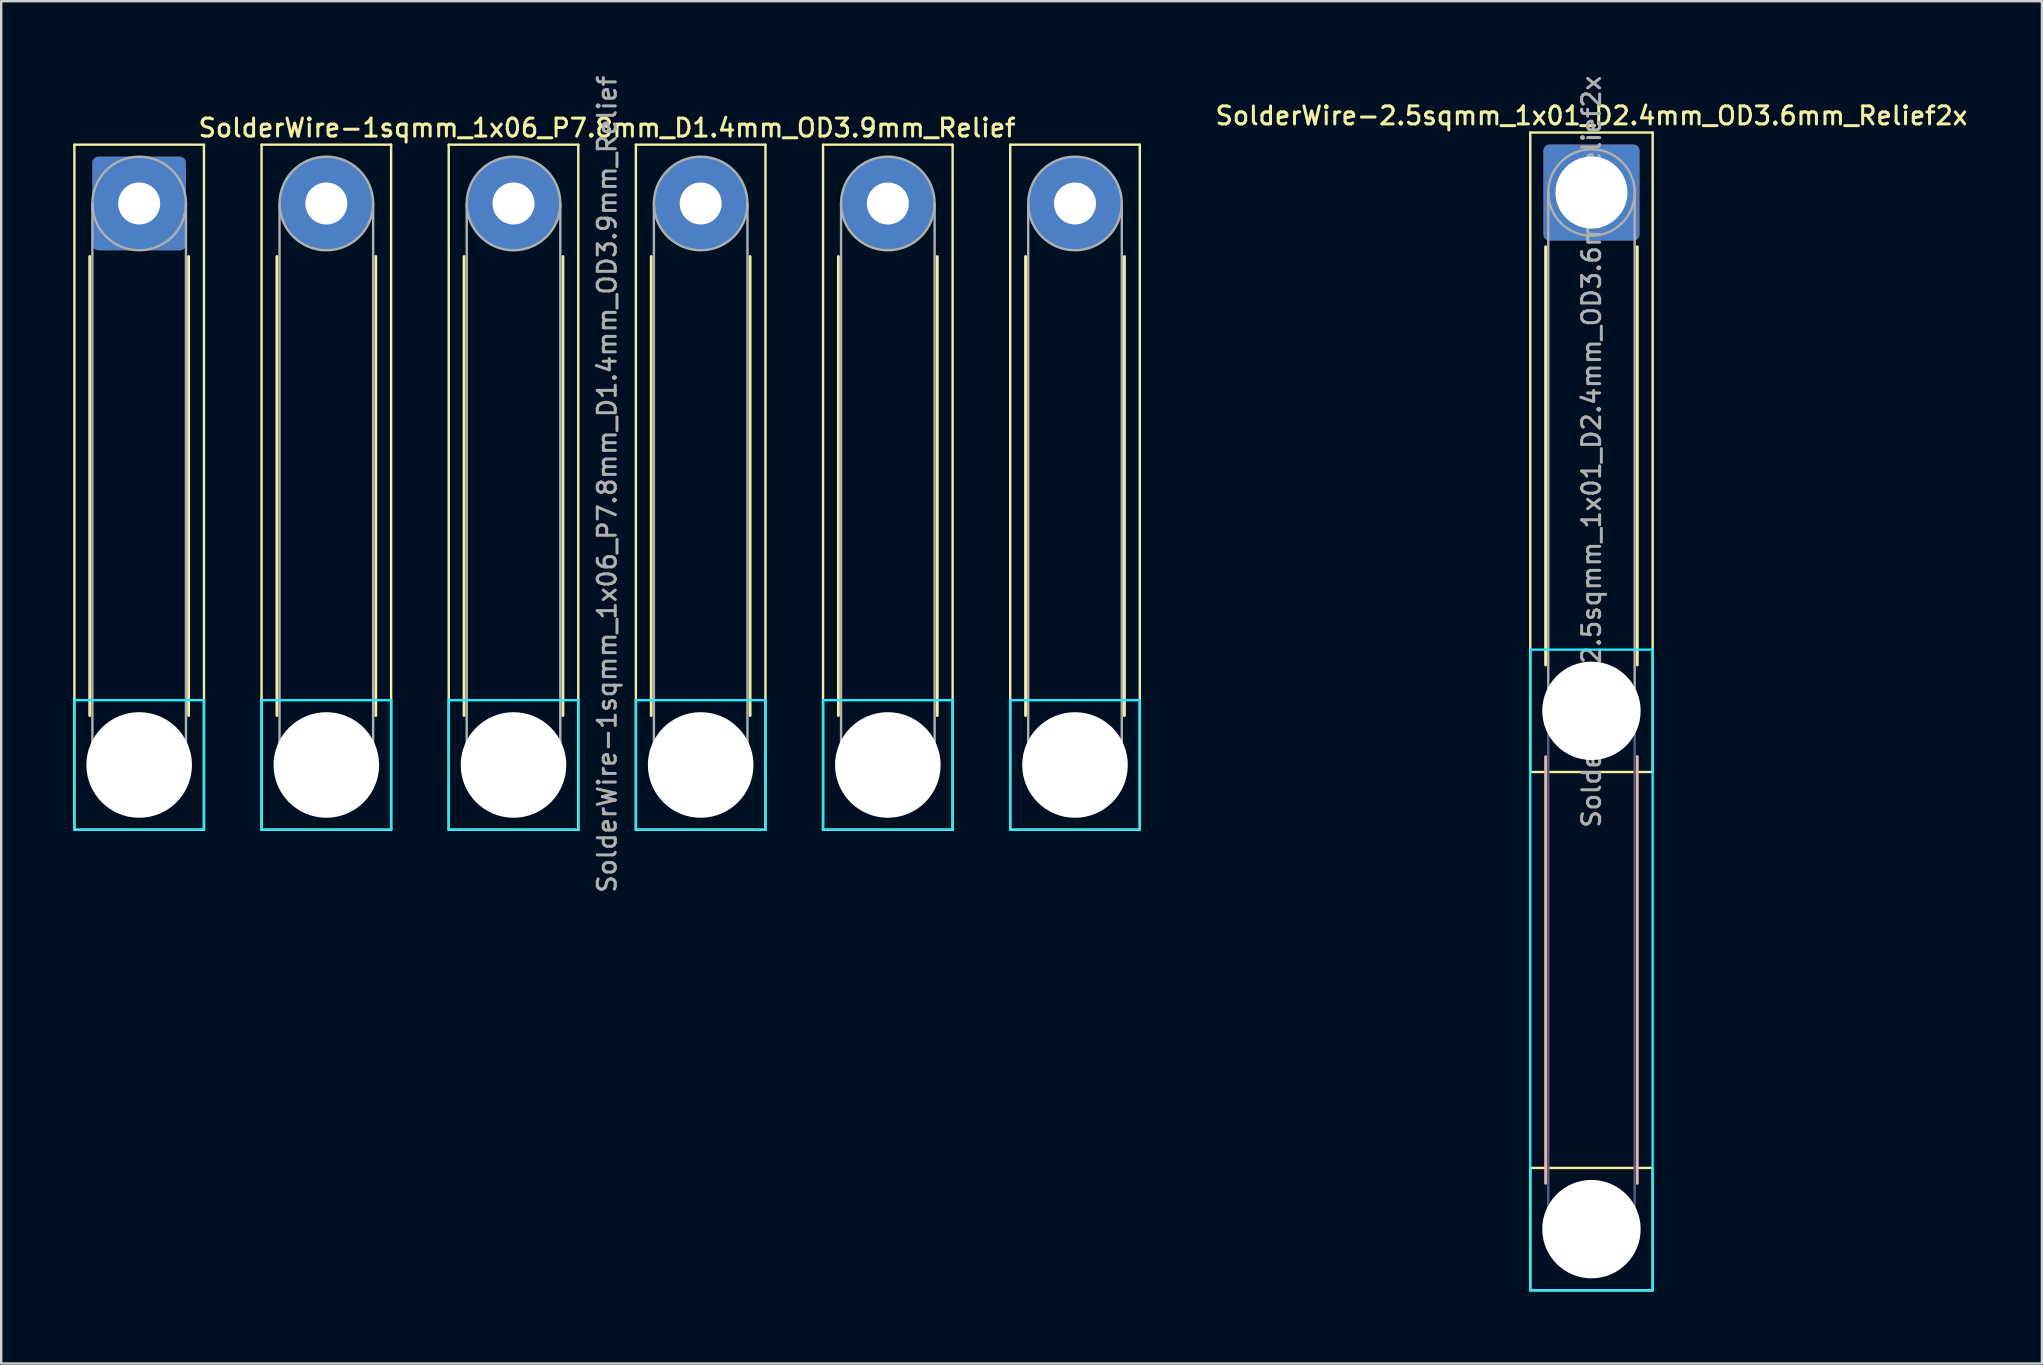
<source format=kicad_pcb>
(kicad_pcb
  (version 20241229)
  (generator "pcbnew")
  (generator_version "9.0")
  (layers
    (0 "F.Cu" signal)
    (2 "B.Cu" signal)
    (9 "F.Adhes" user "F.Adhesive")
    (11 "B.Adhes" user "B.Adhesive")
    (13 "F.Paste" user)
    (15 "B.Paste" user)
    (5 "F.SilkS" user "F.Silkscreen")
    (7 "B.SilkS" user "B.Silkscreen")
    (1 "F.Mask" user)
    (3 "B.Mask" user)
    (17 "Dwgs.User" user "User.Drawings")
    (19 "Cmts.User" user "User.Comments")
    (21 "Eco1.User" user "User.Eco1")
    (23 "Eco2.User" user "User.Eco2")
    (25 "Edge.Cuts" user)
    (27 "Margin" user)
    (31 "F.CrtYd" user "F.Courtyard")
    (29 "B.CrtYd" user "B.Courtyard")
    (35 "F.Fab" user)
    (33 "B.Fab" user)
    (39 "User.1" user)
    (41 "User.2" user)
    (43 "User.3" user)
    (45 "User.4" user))
  (footprint "SolderWire-2.5sqmm_1x01_D2.4mm_OD3.6mm_Relief2x"
    (layer "F.Cu")
    (at 63.273 4.973)
    (property "Reference" "SolderWire-2.5sqmm_1x01_D2.4mm_OD3.6mm_Relief2x" (at 0 -3.2 0) (layer "F.SilkS") (effects (font (size 0.75 0.75) (thickness 0.125))))
    (attr exclude_from_pos_files exclude_from_bom)
    (fp_line (start -2.55 -2.5) (end -2.55 24.15) (stroke (width 0.1) (type solid)) (layer "F.SilkS"))
    (fp_line (start -2.55 24.15) (end 2.55 24.15) (stroke (width 0.1) (type solid)) (layer "F.SilkS"))
    (fp_line (start -2.55 40.65) (end -2.55 45.75) (stroke (width 0.1) (type solid)) (layer "F.SilkS"))
    (fp_line (start -2.55 45.75) (end 2.55 45.75) (stroke (width 0.1) (type solid)) (layer "F.SilkS"))
    (fp_line (start -1.91 2.26) (end -1.91 19.69) (stroke (width 0.12) (type solid)) (layer "F.SilkS"))
    (fp_line (start 1.91 2.26) (end 1.91 19.69) (stroke (width 0.12) (type solid)) (layer "F.SilkS"))
    (fp_line (start 2.55 -2.5) (end -2.55 -2.5) (stroke (width 0.1) (type solid)) (layer "F.SilkS"))
    (fp_line (start 2.55 24.15) (end 2.55 -2.5) (stroke (width 0.1) (type solid)) (layer "F.SilkS"))
    (fp_line (start 2.55 40.65) (end -2.55 40.65) (stroke (width 0.1) (type solid)) (layer "F.SilkS"))
    (fp_line (start 2.55 45.75) (end 2.55 40.65) (stroke (width 0.1) (type solid)) (layer "F.SilkS"))
    (fp_line (start -1.91 23.51) (end -1.91 41.29) (stroke (width 0.12) (type solid)) (layer "B.SilkS"))
    (fp_line (start 1.91 23.51) (end 1.91 41.29) (stroke (width 0.12) (type solid)) (layer "B.SilkS"))
    (fp_line (start -2.55 19.05) (end -2.55 45.75) (stroke (width 0.1) (type solid)) (layer "B.CrtYd"))
    (fp_line (start -2.55 45.75) (end 2.55 45.75) (stroke (width 0.1) (type solid)) (layer "B.CrtYd"))
    (fp_line (start 2.55 19.05) (end -2.55 19.05) (stroke (width 0.1) (type solid)) (layer "B.CrtYd"))
    (fp_line (start 2.55 45.75) (end 2.55 19.05) (stroke (width 0.1) (type solid)) (layer "B.CrtYd"))
    (fp_line (start -1.8 21.6) (end -1.8 43.2) (stroke (width 0.1) (type solid)) (layer "B.Fab"))
    (fp_line (start 1.8 21.6) (end 1.8 43.2) (stroke (width 0.1) (type solid)) (layer "B.Fab"))
    (fp_circle (center 0 21.6) (end 1.8 21.6) (stroke (width 0.1) (type solid)) (fill no) (layer "B.Fab"))
    (fp_circle (center 0 43.2) (end 1.8 43.2) (stroke (width 0.1) (type solid)) (fill no) (layer "B.Fab"))
    (fp_line (start -1.8 0) (end -1.8 21.6) (stroke (width 0.1) (type solid)) (layer "F.Fab"))
    (fp_line (start 1.8 0) (end 1.8 21.6) (stroke (width 0.1) (type solid)) (layer "F.Fab"))
    (fp_circle (center 0 0) (end 1.8 0) (stroke (width 0.1) (type solid)) (fill no) (layer "F.Fab"))
    (fp_circle (center 0 21.6) (end 1.8 21.6) (stroke (width 0.1) (type solid)) (fill no) (layer "F.Fab"))
    (fp_circle (center 0 43.2) (end 1.8 43.2) (stroke (width 0.1) (type solid)) (fill no) (layer "F.Fab"))
    (fp_text user "${REFERENCE}" (at 0 10.8 90) (layer "F.Fab") (effects (font (size 0.75 0.75) (thickness 0.125))))
    (pad "" np_thru_hole circle (at 0 21.6) (size 4.1 4.1) (drill 4.1) (layers "*.Cu" "*.Mask"))
    (pad "" np_thru_hole circle (at 0 43.2) (size 4.1 4.1) (drill 4.1) (layers "*.Cu" "*.Mask"))
    (pad "1" thru_hole roundrect (at 0 0) (size 4 4) (drill 3) (layers "*.Cu" "*.Mask") (roundrect_rratio 0.062)))
  (footprint "SolderWire-1sqmm_1x06_P7.8mm_D1.4mm_OD3.9mm_Relief"
    (layer "F.Cu")
    (at 2.75 5.43)
    (property "Reference" "SolderWire-1sqmm_1x06_P7.8mm_D1.4mm_OD3.9mm_Relief" (at 19.5 -3.15 0) (layer "F.SilkS") (effects (font (size 0.75 0.75) (thickness 0.125))))
    (attr exclude_from_pos_files exclude_from_bom)
    (fp_line (start -2.7 -2.45) (end -2.7 26.1) (stroke (width 0.1) (type solid)) (layer "F.SilkS"))
    (fp_line (start -2.7 26.1) (end 2.7 26.1) (stroke (width 0.1) (type solid)) (layer "F.SilkS"))
    (fp_line (start -2.06 2.21) (end -2.06 21.34) (stroke (width 0.12) (type solid)) (layer "F.SilkS"))
    (fp_line (start 2.06 2.21) (end 2.06 21.34) (stroke (width 0.12) (type solid)) (layer "F.SilkS"))
    (fp_line (start 2.7 -2.45) (end -2.7 -2.45) (stroke (width 0.1) (type solid)) (layer "F.SilkS"))
    (fp_line (start 2.7 26.1) (end 2.7 -2.45) (stroke (width 0.1) (type solid)) (layer "F.SilkS"))
    (fp_line (start 5.1 -2.45) (end 5.1 26.1) (stroke (width 0.1) (type solid)) (layer "F.SilkS"))
    (fp_line (start 5.1 26.1) (end 10.5 26.1) (stroke (width 0.1) (type solid)) (layer "F.SilkS"))
    (fp_line (start 5.74 2.21) (end 5.74 21.34) (stroke (width 0.12) (type solid)) (layer "F.SilkS"))
    (fp_line (start 9.86 2.21) (end 9.86 21.34) (stroke (width 0.12) (type solid)) (layer "F.SilkS"))
    (fp_line (start 10.5 -2.45) (end 5.1 -2.45) (stroke (width 0.1) (type solid)) (layer "F.SilkS"))
    (fp_line (start 10.5 26.1) (end 10.5 -2.45) (stroke (width 0.1) (type solid)) (layer "F.SilkS"))
    (fp_line (start 12.9 -2.45) (end 12.9 26.1) (stroke (width 0.1) (type solid)) (layer "F.SilkS"))
    (fp_line (start 12.9 26.1) (end 18.3 26.1) (stroke (width 0.1) (type solid)) (layer "F.SilkS"))
    (fp_line (start 13.54 2.21) (end 13.54 21.34) (stroke (width 0.12) (type solid)) (layer "F.SilkS"))
    (fp_line (start 17.66 2.21) (end 17.66 21.34) (stroke (width 0.12) (type solid)) (layer "F.SilkS"))
    (fp_line (start 18.3 -2.45) (end 12.9 -2.45) (stroke (width 0.1) (type solid)) (layer "F.SilkS"))
    (fp_line (start 18.3 26.1) (end 18.3 -2.45) (stroke (width 0.1) (type solid)) (layer "F.SilkS"))
    (fp_line (start 20.7 -2.45) (end 20.7 26.1) (stroke (width 0.1) (type solid)) (layer "F.SilkS"))
    (fp_line (start 20.7 26.1) (end 26.1 26.1) (stroke (width 0.1) (type solid)) (layer "F.SilkS"))
    (fp_line (start 21.34 2.21) (end 21.34 21.34) (stroke (width 0.12) (type solid)) (layer "F.SilkS"))
    (fp_line (start 25.46 2.21) (end 25.46 21.34) (stroke (width 0.12) (type solid)) (layer "F.SilkS"))
    (fp_line (start 26.1 -2.45) (end 20.7 -2.45) (stroke (width 0.1) (type solid)) (layer "F.SilkS"))
    (fp_line (start 26.1 26.1) (end 26.1 -2.45) (stroke (width 0.1) (type solid)) (layer "F.SilkS"))
    (fp_line (start 28.5 -2.45) (end 28.5 26.1) (stroke (width 0.1) (type solid)) (layer "F.SilkS"))
    (fp_line (start 28.5 26.1) (end 33.9 26.1) (stroke (width 0.1) (type solid)) (layer "F.SilkS"))
    (fp_line (start 29.14 2.21) (end 29.14 21.34) (stroke (width 0.12) (type solid)) (layer "F.SilkS"))
    (fp_line (start 33.26 2.21) (end 33.26 21.34) (stroke (width 0.12) (type solid)) (layer "F.SilkS"))
    (fp_line (start 33.9 -2.45) (end 28.5 -2.45) (stroke (width 0.1) (type solid)) (layer "F.SilkS"))
    (fp_line (start 33.9 26.1) (end 33.9 -2.45) (stroke (width 0.1) (type solid)) (layer "F.SilkS"))
    (fp_line (start 36.3 -2.45) (end 36.3 26.1) (stroke (width 0.1) (type solid)) (layer "F.SilkS"))
    (fp_line (start 36.3 26.1) (end 41.7 26.1) (stroke (width 0.1) (type solid)) (layer "F.SilkS"))
    (fp_line (start 36.94 2.21) (end 36.94 21.34) (stroke (width 0.12) (type solid)) (layer "F.SilkS"))
    (fp_line (start 41.06 2.21) (end 41.06 21.34) (stroke (width 0.12) (type solid)) (layer "F.SilkS"))
    (fp_line (start 41.7 -2.45) (end 36.3 -2.45) (stroke (width 0.1) (type solid)) (layer "F.SilkS"))
    (fp_line (start 41.7 26.1) (end 41.7 -2.45) (stroke (width 0.1) (type solid)) (layer "F.SilkS"))
    (fp_line (start -2.7 20.7) (end -2.7 26.1) (stroke (width 0.1) (type solid)) (layer "B.CrtYd"))
    (fp_line (start -2.7 26.1) (end 2.7 26.1) (stroke (width 0.1) (type solid)) (layer "B.CrtYd"))
    (fp_line (start 2.7 20.7) (end -2.7 20.7) (stroke (width 0.1) (type solid)) (layer "B.CrtYd"))
    (fp_line (start 2.7 26.1) (end 2.7 20.7) (stroke (width 0.1) (type solid)) (layer "B.CrtYd"))
    (fp_line (start 5.1 20.7) (end 5.1 26.1) (stroke (width 0.1) (type solid)) (layer "B.CrtYd"))
    (fp_line (start 5.1 26.1) (end 10.5 26.1) (stroke (width 0.1) (type solid)) (layer "B.CrtYd"))
    (fp_line (start 10.5 20.7) (end 5.1 20.7) (stroke (width 0.1) (type solid)) (layer "B.CrtYd"))
    (fp_line (start 10.5 26.1) (end 10.5 20.7) (stroke (width 0.1) (type solid)) (layer "B.CrtYd"))
    (fp_line (start 12.9 20.7) (end 12.9 26.1) (stroke (width 0.1) (type solid)) (layer "B.CrtYd"))
    (fp_line (start 12.9 26.1) (end 18.3 26.1) (stroke (width 0.1) (type solid)) (layer "B.CrtYd"))
    (fp_line (start 18.3 20.7) (end 12.9 20.7) (stroke (width 0.1) (type solid)) (layer "B.CrtYd"))
    (fp_line (start 18.3 26.1) (end 18.3 20.7) (stroke (width 0.1) (type solid)) (layer "B.CrtYd"))
    (fp_line (start 20.7 20.7) (end 20.7 26.1) (stroke (width 0.1) (type solid)) (layer "B.CrtYd"))
    (fp_line (start 20.7 26.1) (end 26.1 26.1) (stroke (width 0.1) (type solid)) (layer "B.CrtYd"))
    (fp_line (start 26.1 20.7) (end 20.7 20.7) (stroke (width 0.1) (type solid)) (layer "B.CrtYd"))
    (fp_line (start 26.1 26.1) (end 26.1 20.7) (stroke (width 0.1) (type solid)) (layer "B.CrtYd"))
    (fp_line (start 28.5 20.7) (end 28.5 26.1) (stroke (width 0.1) (type solid)) (layer "B.CrtYd"))
    (fp_line (start 28.5 26.1) (end 33.9 26.1) (stroke (width 0.1) (type solid)) (layer "B.CrtYd"))
    (fp_line (start 33.9 20.7) (end 28.5 20.7) (stroke (width 0.1) (type solid)) (layer "B.CrtYd"))
    (fp_line (start 33.9 26.1) (end 33.9 20.7) (stroke (width 0.1) (type solid)) (layer "B.CrtYd"))
    (fp_line (start 36.3 20.7) (end 36.3 26.1) (stroke (width 0.1) (type solid)) (layer "B.CrtYd"))
    (fp_line (start 36.3 26.1) (end 41.7 26.1) (stroke (width 0.1) (type solid)) (layer "B.CrtYd"))
    (fp_line (start 41.7 20.7) (end 36.3 20.7) (stroke (width 0.1) (type solid)) (layer "B.CrtYd"))
    (fp_line (start 41.7 26.1) (end 41.7 20.7) (stroke (width 0.1) (type solid)) (layer "B.CrtYd"))
    (fp_line (start -1.95 0) (end -1.95 23.4) (stroke (width 0.1) (type solid)) (layer "F.Fab"))
    (fp_line (start 1.95 0) (end 1.95 23.4) (stroke (width 0.1) (type solid)) (layer "F.Fab"))
    (fp_line (start 5.85 0) (end 5.85 23.4) (stroke (width 0.1) (type solid)) (layer "F.Fab"))
    (fp_line (start 9.75 0) (end 9.75 23.4) (stroke (width 0.1) (type solid)) (layer "F.Fab"))
    (fp_line (start 13.65 0) (end 13.65 23.4) (stroke (width 0.1) (type solid)) (layer "F.Fab"))
    (fp_line (start 17.55 0) (end 17.55 23.4) (stroke (width 0.1) (type solid)) (layer "F.Fab"))
    (fp_line (start 21.45 0) (end 21.45 23.4) (stroke (width 0.1) (type solid)) (layer "F.Fab"))
    (fp_line (start 25.35 0) (end 25.35 23.4) (stroke (width 0.1) (type solid)) (layer "F.Fab"))
    (fp_line (start 29.25 0) (end 29.25 23.4) (stroke (width 0.1) (type solid)) (layer "F.Fab"))
    (fp_line (start 33.15 0) (end 33.15 23.4) (stroke (width 0.1) (type solid)) (layer "F.Fab"))
    (fp_line (start 37.05 0) (end 37.05 23.4) (stroke (width 0.1) (type solid)) (layer "F.Fab"))
    (fp_line (start 40.95 0) (end 40.95 23.4) (stroke (width 0.1) (type solid)) (layer "F.Fab"))
    (fp_circle (center 0 0) (end 1.95 0) (stroke (width 0.1) (type solid)) (fill no) (layer "F.Fab"))
    (fp_circle (center 0 23.4) (end 1.95 23.4) (stroke (width 0.1) (type solid)) (fill no) (layer "F.Fab"))
    (fp_circle (center 7.8 0) (end 9.75 0) (stroke (width 0.1) (type solid)) (fill no) (layer "F.Fab"))
    (fp_circle (center 7.8 23.4) (end 9.75 23.4) (stroke (width 0.1) (type solid)) (fill no) (layer "F.Fab"))
    (fp_circle (center 15.6 0) (end 17.55 0) (stroke (width 0.1) (type solid)) (fill no) (layer "F.Fab"))
    (fp_circle (center 15.6 23.4) (end 17.55 23.4) (stroke (width 0.1) (type solid)) (fill no) (layer "F.Fab"))
    (fp_circle (center 23.4 0) (end 25.35 0) (stroke (width 0.1) (type solid)) (fill no) (layer "F.Fab"))
    (fp_circle (center 23.4 23.4) (end 25.35 23.4) (stroke (width 0.1) (type solid)) (fill no) (layer "F.Fab"))
    (fp_circle (center 31.2 0) (end 33.15 0) (stroke (width 0.1) (type solid)) (fill no) (layer "F.Fab"))
    (fp_circle (center 31.2 23.4) (end 33.15 23.4) (stroke (width 0.1) (type solid)) (fill no) (layer "F.Fab"))
    (fp_circle (center 39 0) (end 40.95 0) (stroke (width 0.1) (type solid)) (fill no) (layer "F.Fab"))
    (fp_circle (center 39 23.4) (end 40.95 23.4) (stroke (width 0.1) (type solid)) (fill no) (layer "F.Fab"))
    (fp_text user "${REFERENCE}" (at 19.5 11.7 90) (layer "F.Fab") (effects (font (size 0.75 0.75) (thickness 0.125))))
    (pad "" np_thru_hole circle (at 0 23.4) (size 4.4 4.4) (drill 4.4) (layers "*.Cu" "*.Mask"))
    (pad "" np_thru_hole circle (at 7.8 23.4) (size 4.4 4.4) (drill 4.4) (layers "*.Cu" "*.Mask"))
    (pad "" np_thru_hole circle (at 15.6 23.4) (size 4.4 4.4) (drill 4.4) (layers "*.Cu" "*.Mask"))
    (pad "" np_thru_hole circle (at 23.4 23.4) (size 4.4 4.4) (drill 4.4) (layers "*.Cu" "*.Mask"))
    (pad "" np_thru_hole circle (at 31.2 23.4) (size 4.4 4.4) (drill 4.4) (layers "*.Cu" "*.Mask"))
    (pad "" np_thru_hole circle (at 39 23.4) (size 4.4 4.4) (drill 4.4) (layers "*.Cu" "*.Mask"))
    (pad "1" thru_hole roundrect (at 0 0) (size 3.9 3.9) (drill 1.75) (layers "*.Cu" "*.Mask") (roundrect_rratio 0.064))
    (pad "2" thru_hole circle (at 7.8 0) (size 3.9 3.9) (drill 1.75) (layers "*.Cu" "*.Mask"))
    (pad "3" thru_hole circle (at 15.6 0) (size 3.9 3.9) (drill 1.75) (layers "*.Cu" "*.Mask"))
    (pad "4" thru_hole circle (at 23.4 0) (size 3.9 3.9) (drill 1.75) (layers "*.Cu" "*.Mask"))
    (pad "5" thru_hole circle (at 31.2 0) (size 3.9 3.9) (drill 1.75) (layers "*.Cu" "*.Mask"))
    (pad "6" thru_hole circle (at 39 0) (size 3.9 3.9) (drill 1.75) (layers "*.Cu" "*.Mask")))
  (gr_rect
    (start -3 -3)
    (end 82.046 53.773)
    (stroke (width 0.1) (type default))
    (fill no)
    (layer "Edge.Cuts")))
</source>
